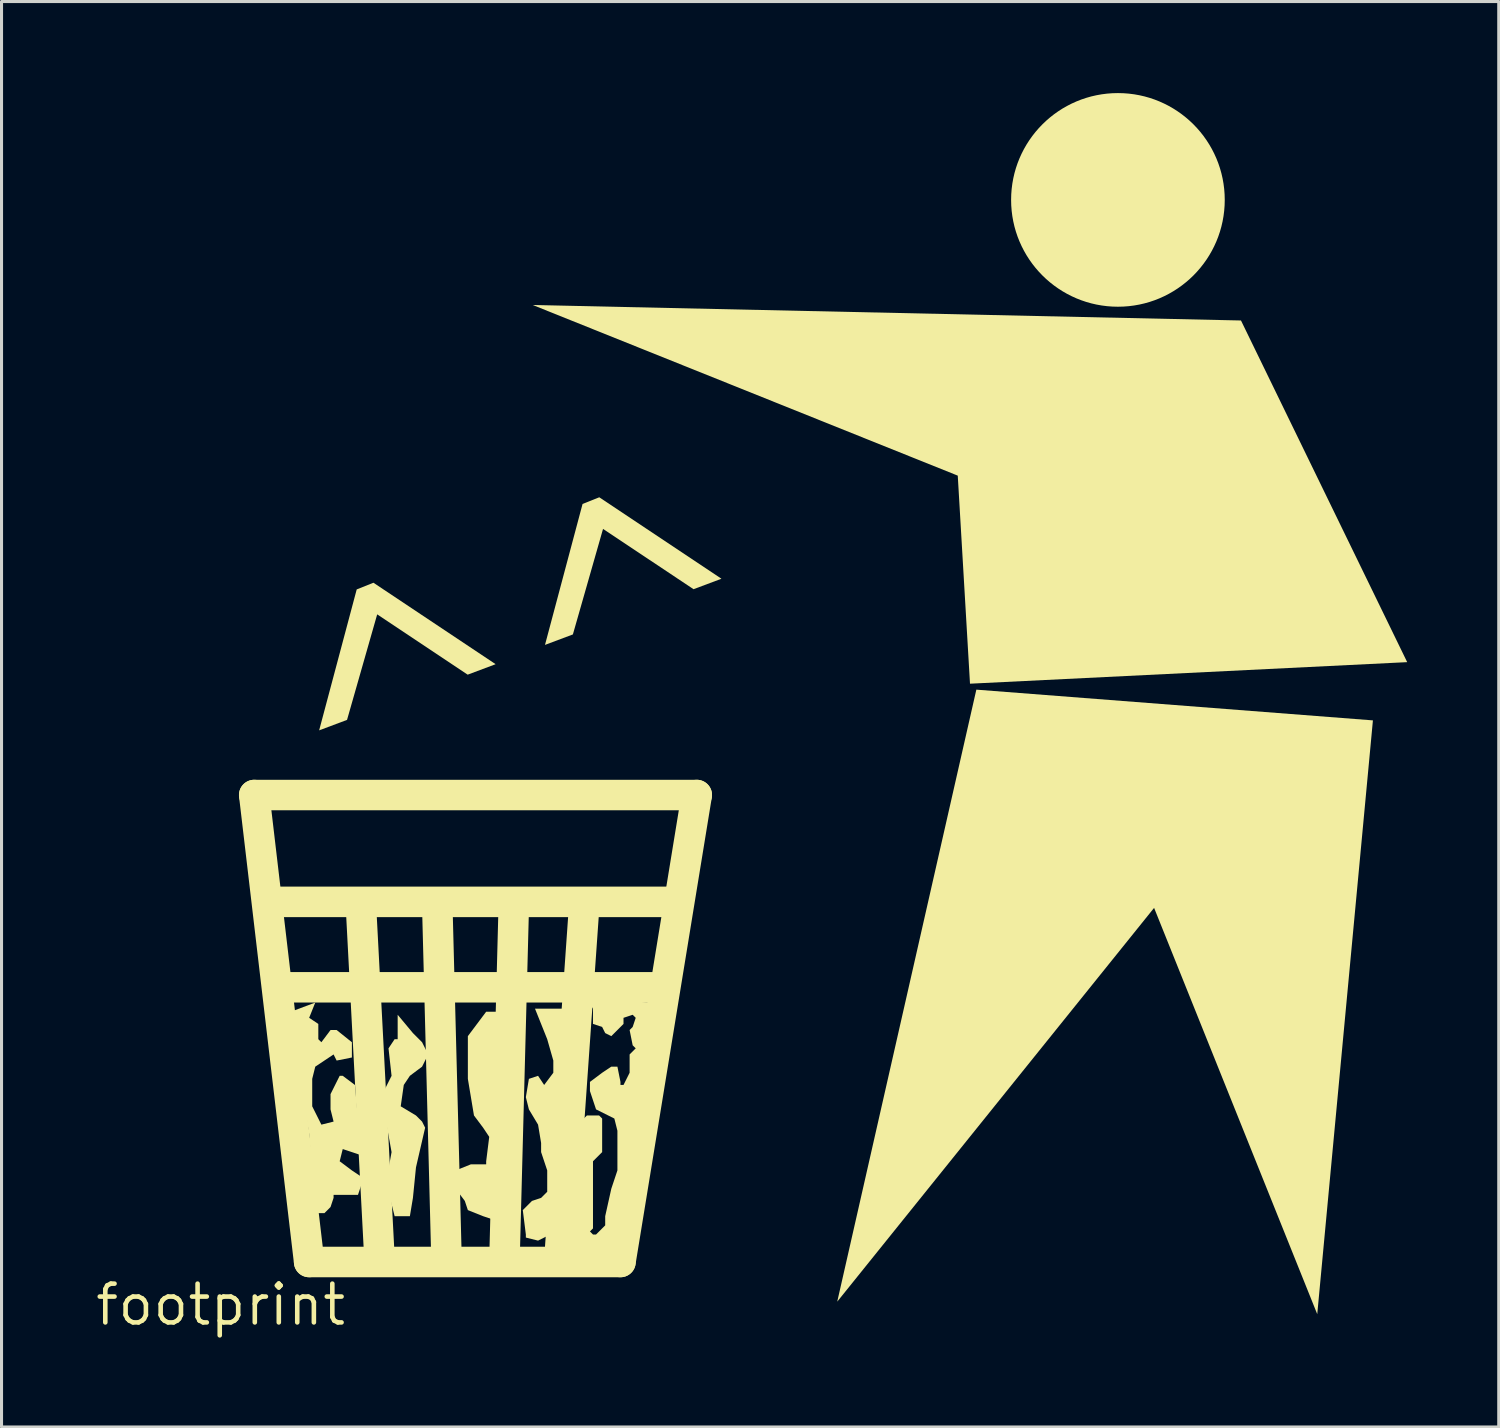
<source format=kicad_pcb>
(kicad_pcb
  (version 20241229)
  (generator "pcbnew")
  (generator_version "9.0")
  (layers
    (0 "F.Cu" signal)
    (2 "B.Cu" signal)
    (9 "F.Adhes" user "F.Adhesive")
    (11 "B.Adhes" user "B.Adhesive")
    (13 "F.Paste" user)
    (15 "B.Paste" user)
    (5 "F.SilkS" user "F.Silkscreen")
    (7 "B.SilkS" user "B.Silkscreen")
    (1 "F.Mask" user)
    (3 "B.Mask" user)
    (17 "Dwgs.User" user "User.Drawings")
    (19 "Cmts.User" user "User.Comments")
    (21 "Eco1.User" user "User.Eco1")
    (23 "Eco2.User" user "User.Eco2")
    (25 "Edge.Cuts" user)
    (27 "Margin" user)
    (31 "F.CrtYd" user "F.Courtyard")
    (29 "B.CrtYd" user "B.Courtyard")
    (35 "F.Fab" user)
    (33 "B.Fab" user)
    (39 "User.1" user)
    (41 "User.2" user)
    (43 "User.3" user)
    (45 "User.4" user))
  (footprint "footprint"
    (layer "F.Cu")
    (at 4.18 39.7)
    (property "Reference" "footprint" (at 0 0 0) (layer "F.SilkS") (effects (font (size 1.27 1.27) (thickness 0.15))))
    (fp_line (start 1.1 -16.7) (end 15.6 -16.7) (stroke (width 1) (type solid)) (layer "F.SilkS"))
    (fp_line (start 1.9 -13.2) (end 14.6 -13.2) (stroke (width 1) (type solid)) (layer "F.SilkS"))
    (fp_line (start 2.2 -10.4) (end 14.2 -10.4) (stroke (width 1) (type solid)) (layer "F.SilkS"))
    (fp_line (start 2.9 -1.4) (end 1.1 -16.7) (stroke (width 1) (type solid)) (layer "F.SilkS"))
    (fp_line (start 5.2 -1.6) (end 4.6 -13) (stroke (width 1) (type solid)) (layer "F.SilkS"))
    (fp_line (start 7.4 -1.5) (end 7.1 -13) (stroke (width 1) (type solid)) (layer "F.SilkS"))
    (fp_line (start 9.3 -1.5) (end 9.6 -12.9) (stroke (width 1) (type solid)) (layer "F.SilkS"))
    (fp_line (start 11.1 -1.5) (end 11.9 -12.9) (stroke (width 1) (type solid)) (layer "F.SilkS"))
    (fp_line (start 13.1 -1.4) (end 2.9 -1.4) (stroke (width 1) (type solid)) (layer "F.SilkS"))
    (fp_line (start 15.6 -16.7) (end 13.1 -1.4) (stroke (width 1) (type solid)) (layer "F.SilkS"))
    (fp_circle (center 29.4 -36.2) (end 31.15 -36.2) (stroke (width 3.5) (type solid)) (fill yes) (layer "F.SilkS"))
    (fp_poly (pts (xy 33.432 -32.249) (xy 38.878 -21.054) (xy 24.553 -20.348) (xy 24.152 -27.165) (xy 10.226 -32.756)) (stroke (width 0) (type solid)) (fill yes) (layer "F.SilkS"))
    (fp_poly (pts (xy 37.755 -19.146) (xy 35.931 0.31) (xy 30.585 -13.002) (xy 20.203 -0.1) (xy 24.761 -20.153)) (stroke (width 0) (type solid)) (fill yes) (layer "F.SilkS"))
    (fp_poly (pts (xy 9.009 -20.987) (xy 8.094 -20.644) (xy 5.129 -22.62) (xy 4.141 -19.162) (xy 3.227 -18.819) (xy 4.458 -23.437) (xy 5.006 -23.656)) (stroke (width 0) (type solid)) (fill yes) (layer "F.SilkS"))
    (fp_poly (pts (xy 16.409 -23.787) (xy 15.494 -23.444) (xy 12.529 -25.42) (xy 11.541 -21.962) (xy 10.627 -21.619) (xy 11.858 -26.237) (xy 12.406 -26.456)) (stroke (width 0) (type solid)) (fill yes) (layer "F.SilkS"))
    (fp_poly (pts (xy 9 -6.5) (xy 9.1 -4.1) (xy 8.9 -2.8) (xy 8.6 -2.9) (xy 8.1 -3.1) (xy 8 -3.4) (xy 7.7 -3.8) (xy 7.7 -4.4) (xy 8.2 -4.6) (xy 8.7 -4.6) (xy 8.7 -4.7) (xy 8.8 -5.5) (xy 8.6 -5.8) (xy 8.3 -6.2) (xy 8.1 -7.4) (xy 8.1 -8.8) (xy 8.7 -9.6) (xy 9.1 -9.6)) (stroke (width 0) (type solid)) (fill yes) (layer "F.SilkS"))
    (fp_poly (pts (xy 10.8 -2.3) (xy 10.4 -2.1) (xy 10 -2.2) (xy 10 -2.3) (xy 9.9 -3.1) (xy 10.2 -3.4) (xy 10.5 -3.5) (xy 10.7 -3.7) (xy 10.7 -4.4) (xy 10.5 -5) (xy 10.5 -5.3) (xy 10.4 -5.9) (xy 10.1 -6.4) (xy 10 -6.8) (xy 10.1 -7.4) (xy 10.4 -7.5) (xy 10.6 -7.2) (xy 10.9 -7.6) (xy 10.9 -8) (xy 10.7 -8.7) (xy 10.3 -9.7) (xy 11.3 -9.7)) (stroke (width 0) (type solid)) (fill yes) (layer "F.SilkS"))
    (fp_poly (pts (xy 6.3 -8.9) (xy 6.6 -8.6) (xy 6.8 -8.2) (xy 6.6 -7.8) (xy 6.2 -7.5) (xy 6 -7.2) (xy 5.9 -6.5) (xy 6.4 -6.2) (xy 6.6 -6) (xy 6.7 -5.8) (xy 6.4 -4.5) (xy 6.3 -3.5) (xy 6.2 -2.9) (xy 5.7 -2.9) (xy 5.5 -3.7) (xy 5.4 -3.9) (xy 5.6 -5) (xy 5.4 -6.1) (xy 5.2 -6.7) (xy 5.6 -7.5) (xy 5.5 -8.4) (xy 5.7 -8.7) (xy 5.8 -8.7) (xy 5.8 -9.5)) (stroke (width 0) (type solid)) (fill yes) (layer "F.SilkS"))
    (fp_poly (pts (xy 2.9 -9.4) (xy 3.2 -9.2) (xy 3.2 -8.7) (xy 3.3 -8.6) (xy 3.6 -9) (xy 3.8 -9) (xy 4.3 -8.6) (xy 4.3 -8.1) (xy 3.8 -8) (xy 3.7 -8.2) (xy 3.1 -7.8) (xy 3 -7.4) (xy 3 -6.5) (xy 3.3 -5.9) (xy 3.7 -6) (xy 3.6 -6.4) (xy 3.6 -6.9) (xy 3.9 -7.5) (xy 4 -7.5) (xy 4.4 -7.2) (xy 4.6 -4.9) (xy 4 -5.1) (xy 3.9 -4.7) (xy 4.3 -4.4) (xy 4.6 -4.2) (xy 4.6 -3.9) (xy 4.5 -3.6) (xy 3.7 -3.6) (xy 3.7 -3.5) (xy 3.6 -3.2) (xy 3.4 -3) (xy 3.1 -3) (xy 2.9 -5.6) (xy 2.3 -9.3) (xy 2.3 -9.6) (xy 3.1 -9.9)) (stroke (width 0) (type solid)) (fill yes) (layer "F.SilkS"))
    (fp_poly (pts (xy 14.2 -9.9) (xy 12.8 -1.8) (xy 11.6 -1.8) (xy 11.5 -1.9) (xy 11.5 -5.4) (xy 11.8 -5.7) (xy 11.8 -6) (xy 12 -6.2) (xy 12.4 -6.2) (xy 12.5 -6.1) (xy 12.5 -5) (xy 12.2 -4.7) (xy 12.2 -2.5) (xy 12.1 -2.4) (xy 12.2 -2.3) (xy 12.3 -2.3) (xy 12.6 -2.6) (xy 12.6 -2.9) (xy 12.8 -3.8) (xy 13 -4.4) (xy 13 -5.7) (xy 12.9 -6.1) (xy 12.3 -6.4) (xy 12.1 -7) (xy 12.1 -7.3) (xy 12.5 -7.6) (xy 12.8 -7.8) (xy 13 -7.8) (xy 13.1 -7.3) (xy 13.1 -7.2) (xy 13.2 -7.2) (xy 13.4 -7.6) (xy 13.4 -8.2) (xy 13.6 -8.4) (xy 13.5 -8.5) (xy 13.4 -9) (xy 13.5 -9.1) (xy 13.6 -9.4) (xy 13.5 -9.5) (xy 13.2 -9.4) (xy 13.2 -9.2) (xy 12.8 -8.8) (xy 12.6 -8.9) (xy 12.5 -9.1) (xy 12.2 -9.2) (xy 12.2 -9.7) (xy 12 -10)) (stroke (width 0) (type solid)) (fill yes) (layer "F.SilkS")))
  (gr_rect
    (start -3 -3)
    (end 46.058 43.706)
    (stroke (width 0.1) (type default))
    (fill no)
    (layer "Edge.Cuts")))
</source>
